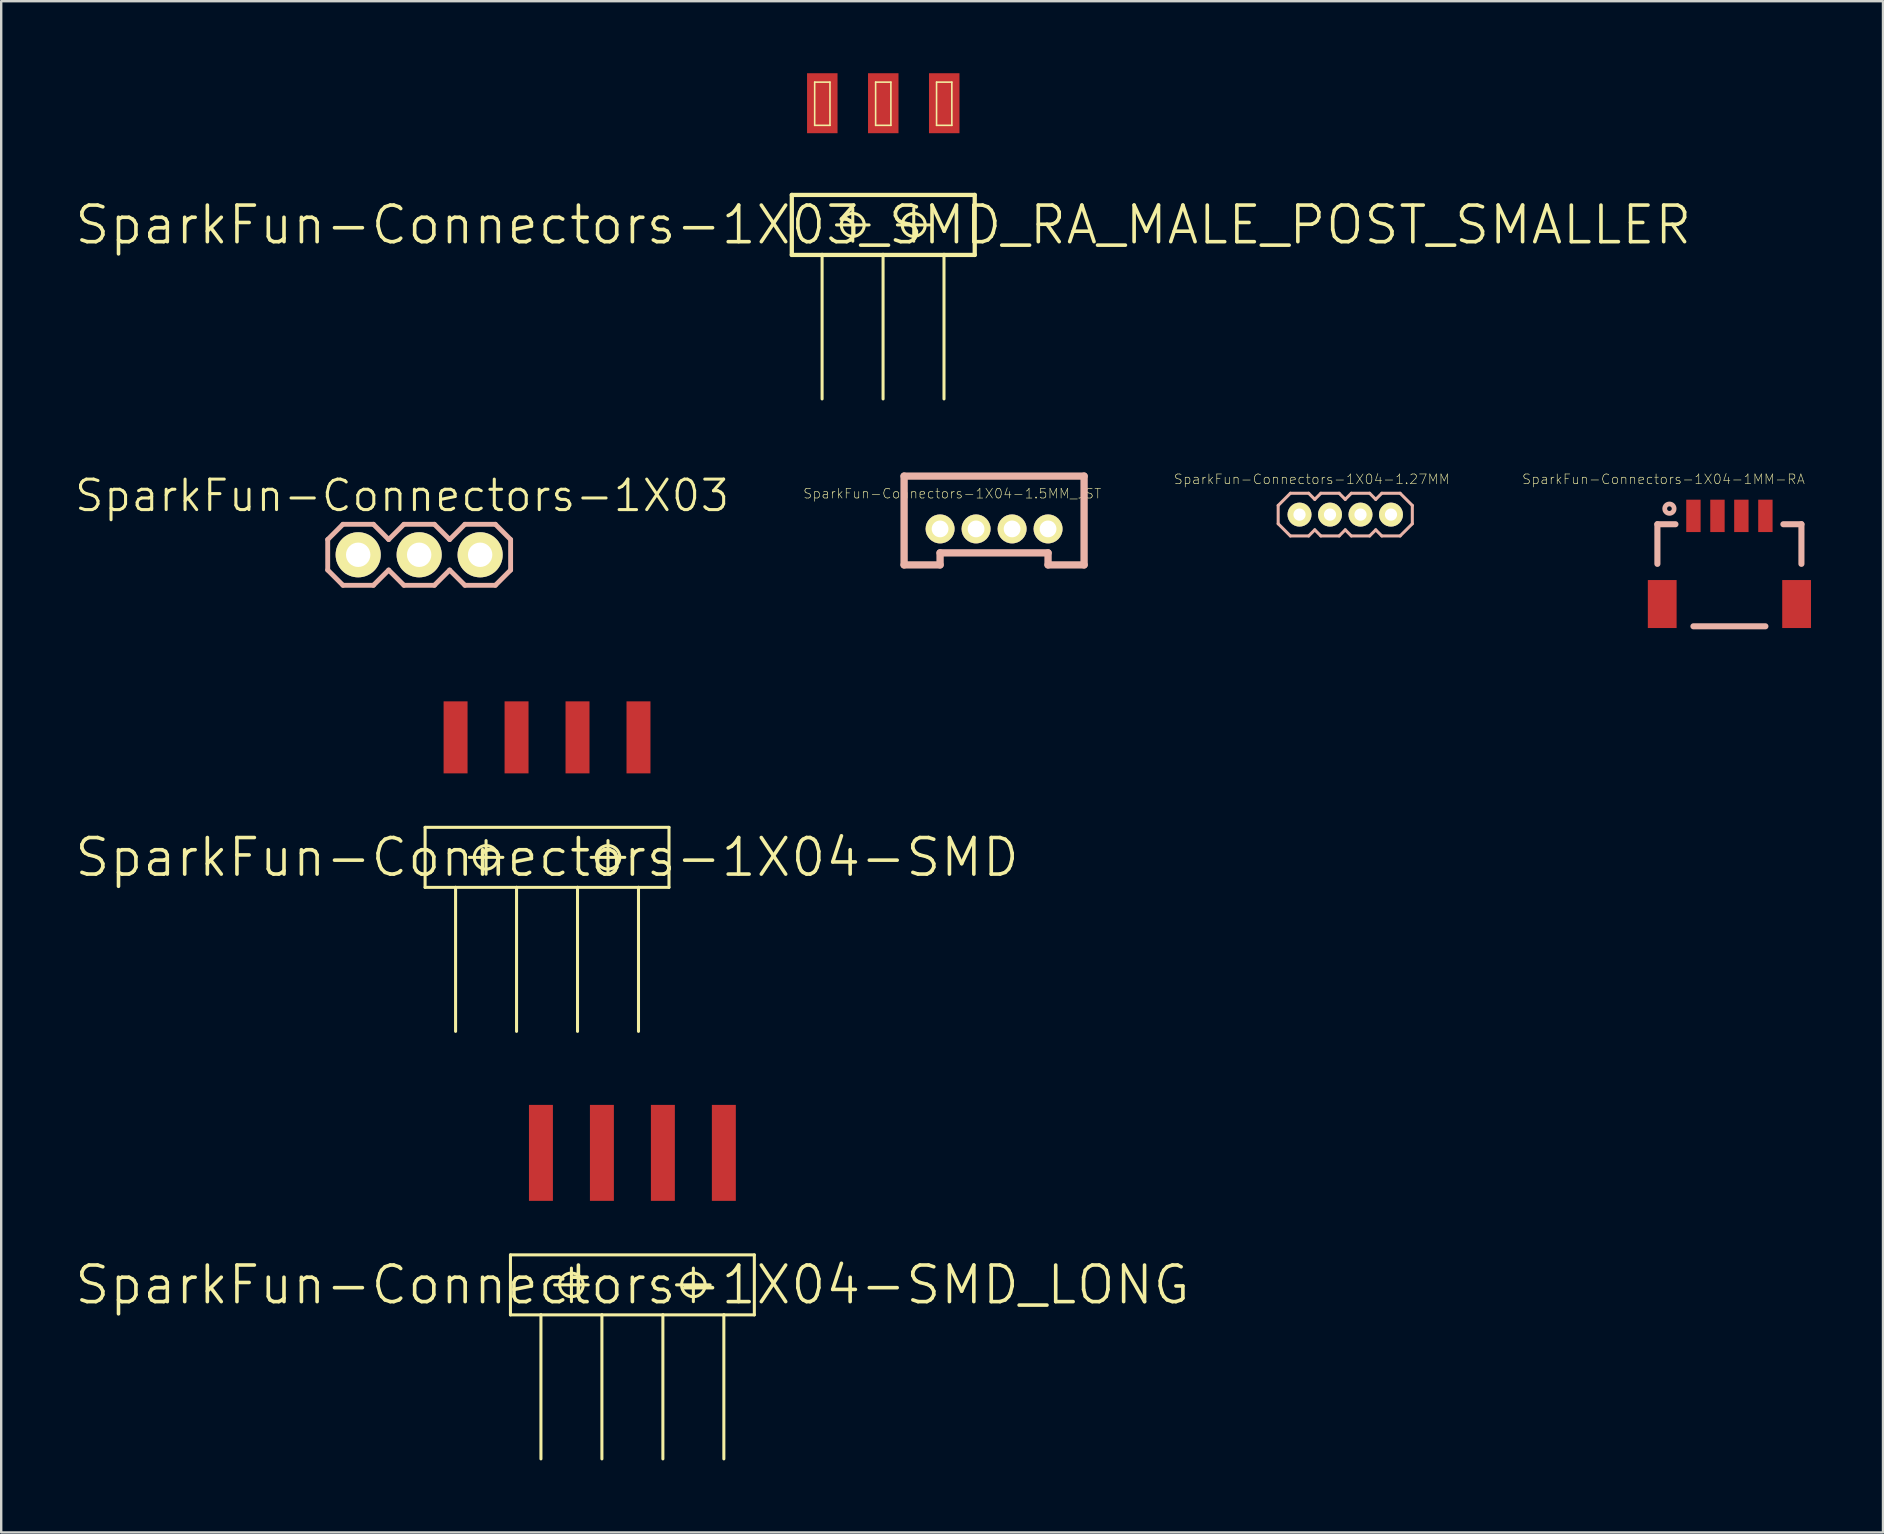
<source format=kicad_pcb>
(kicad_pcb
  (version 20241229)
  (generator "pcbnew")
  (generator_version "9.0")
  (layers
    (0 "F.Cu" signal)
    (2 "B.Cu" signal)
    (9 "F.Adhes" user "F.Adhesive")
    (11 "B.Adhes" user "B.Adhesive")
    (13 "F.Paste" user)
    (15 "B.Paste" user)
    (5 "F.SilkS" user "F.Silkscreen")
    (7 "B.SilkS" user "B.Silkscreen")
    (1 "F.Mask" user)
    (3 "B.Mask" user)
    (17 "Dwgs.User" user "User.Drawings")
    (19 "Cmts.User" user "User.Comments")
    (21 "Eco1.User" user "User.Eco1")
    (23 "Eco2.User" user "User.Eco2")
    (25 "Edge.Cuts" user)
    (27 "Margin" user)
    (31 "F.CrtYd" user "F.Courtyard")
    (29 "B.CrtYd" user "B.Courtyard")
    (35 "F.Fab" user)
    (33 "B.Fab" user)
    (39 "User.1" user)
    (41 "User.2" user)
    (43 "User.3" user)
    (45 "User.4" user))
  (footprint "SparkFun-Connectors-1X04-SMD"
    (layer "F.Cu")
    (at 19.739 32.667)
    (property "Reference" "SparkFun-Connectors-1X04-SMD" (at 0 0 0) (layer "F.SilkS") (effects (font (size 1.524 1.524) (thickness 0.15))))
    (attr smd)
    (fp_line (start -5.08 -1.25) (end -5.08 1.25) (stroke (width 0.127) (type solid)) (layer "F.SilkS"))
    (fp_line (start -5.08 1.25) (end -3.81 1.25) (stroke (width 0.127) (type solid)) (layer "F.SilkS"))
    (fp_line (start -3.81 1.25) (end -3.81 7.249) (stroke (width 0.127) (type solid)) (layer "F.SilkS"))
    (fp_line (start -3.81 1.25) (end -1.27 1.25) (stroke (width 0.127) (type solid)) (layer "F.SilkS"))
    (fp_line (start -3.239 0) (end -1.839 0) (stroke (width 0.127) (type solid)) (layer "F.SilkS"))
    (fp_line (start -2.54 0.699) (end -2.54 -0.699) (stroke (width 0.127) (type solid)) (layer "F.SilkS"))
    (fp_line (start -1.27 1.25) (end -1.27 7.249) (stroke (width 0.127) (type solid)) (layer "F.SilkS"))
    (fp_line (start -1.27 1.25) (end 1.27 1.25) (stroke (width 0.127) (type solid)) (layer "F.SilkS"))
    (fp_line (start 1.27 1.25) (end 1.27 7.249) (stroke (width 0.127) (type solid)) (layer "F.SilkS"))
    (fp_line (start 1.27 1.25) (end 3.81 1.25) (stroke (width 0.127) (type solid)) (layer "F.SilkS"))
    (fp_line (start 1.839 0) (end 3.239 0) (stroke (width 0.127) (type solid)) (layer "F.SilkS"))
    (fp_line (start 2.54 0.699) (end 2.54 -0.699) (stroke (width 0.127) (type solid)) (layer "F.SilkS"))
    (fp_line (start 3.81 1.25) (end 3.81 7.249) (stroke (width 0.127) (type solid)) (layer "F.SilkS"))
    (fp_line (start 3.81 1.25) (end 5.08 1.25) (stroke (width 0.127) (type solid)) (layer "F.SilkS"))
    (fp_line (start 5.08 -1.25) (end -5.08 -1.25) (stroke (width 0.127) (type solid)) (layer "F.SilkS"))
    (fp_line (start 5.08 1.25) (end 5.08 -1.25) (stroke (width 0.127) (type solid)) (layer "F.SilkS"))
    (fp_circle (center -2.54 0) (end -2.888 0.348) (stroke (width 0.127) (type solid)) (fill no) (layer "F.SilkS"))
    (fp_circle (center 2.54 0) (end 2.888 0.348) (stroke (width 0.127) (type solid)) (fill no) (layer "F.SilkS"))
    (pad "1" smd rect (at -3.81 -4.999 90) (size 3 0.998) (layers "F.Cu" "F.Mask" "F.Paste"))
    (pad "2" smd rect (at -1.27 -4.999 90) (size 3 0.998) (layers "F.Cu" "F.Mask" "F.Paste"))
    (pad "3" smd rect (at 1.27 -4.999 90) (size 3 0.998) (layers "F.Cu" "F.Mask" "F.Paste"))
    (pad "4" smd rect (at 3.81 -4.999 90) (size 3 0.998) (layers "F.Cu" "F.Mask" "F.Paste")))
  (footprint "SparkFun-Connectors-1X04-1.5MM_JST"
    (layer "F.Cu")
    (at 36.113 18.984)
    (property "Reference" "SparkFun-Connectors-1X04-1.5MM_JST" (at 0.508 -1.473 0) (layer "F.SilkS") (effects (font (size 0.406 0.406) (thickness 0.025))))
    (attr exclude_from_pos_files exclude_from_bom)
    (fp_line (start -1.499 -2.2) (end 5.999 -2.2) (stroke (width 0.305) (type solid)) (layer "B.SilkS"))
    (fp_line (start -1.499 1.499) (end -1.499 -2.2) (stroke (width 0.305) (type solid)) (layer "B.SilkS"))
    (fp_line (start 0 0.998) (end 0 1.499) (stroke (width 0.305) (type solid)) (layer "B.SilkS"))
    (fp_line (start 0 1.499) (end -1.499 1.499) (stroke (width 0.305) (type solid)) (layer "B.SilkS"))
    (fp_line (start 4.498 0.998) (end 0 0.998) (stroke (width 0.305) (type solid)) (layer "B.SilkS"))
    (fp_line (start 4.498 1.499) (end 4.498 0.998) (stroke (width 0.305) (type solid)) (layer "B.SilkS"))
    (fp_line (start 5.999 -2.2) (end 5.999 1.499) (stroke (width 0.305) (type solid)) (layer "B.SilkS"))
    (fp_line (start 5.999 1.499) (end 4.498 1.499) (stroke (width 0.305) (type solid)) (layer "B.SilkS"))
    (pad "1" thru_hole circle (at 0 0) (size 1.206 1.206) (drill 0.699) (layers "*.Cu" "F.Mask" "F.SilkS" "F.Paste"))
    (pad "2" thru_hole circle (at 1.499 0) (size 1.206 1.206) (drill 0.699) (layers "*.Cu" "F.Mask" "F.SilkS" "F.Paste"))
    (pad "3" thru_hole circle (at 3 0) (size 1.206 1.206) (drill 0.699) (layers "*.Cu" "F.Mask" "F.SilkS" "F.Paste"))
    (pad "4" thru_hole circle (at 4.498 0) (size 1.206 1.206) (drill 0.699) (layers "*.Cu" "F.Mask" "F.SilkS" "F.Paste")))
  (footprint "SparkFun-Connectors-1X04-SMD_LONG"
    (layer "F.Cu")
    (at 23.295 50.477)
    (property "Reference" "SparkFun-Connectors-1X04-SMD_LONG" (at 0 0 0) (layer "F.SilkS") (effects (font (size 1.524 1.524) (thickness 0.15))))
    (attr smd)
    (fp_line (start -5.08 -1.25) (end -5.08 1.25) (stroke (width 0.127) (type solid)) (layer "F.SilkS"))
    (fp_line (start -5.08 1.25) (end -3.81 1.25) (stroke (width 0.127) (type solid)) (layer "F.SilkS"))
    (fp_line (start -3.81 1.25) (end -3.81 7.249) (stroke (width 0.127) (type solid)) (layer "F.SilkS"))
    (fp_line (start -3.81 1.25) (end -1.27 1.25) (stroke (width 0.127) (type solid)) (layer "F.SilkS"))
    (fp_line (start -3.239 0) (end -1.839 0) (stroke (width 0.127) (type solid)) (layer "F.SilkS"))
    (fp_line (start -2.54 0.699) (end -2.54 -0.699) (stroke (width 0.127) (type solid)) (layer "F.SilkS"))
    (fp_line (start -1.27 1.25) (end -1.27 7.249) (stroke (width 0.127) (type solid)) (layer "F.SilkS"))
    (fp_line (start -1.27 1.25) (end 1.27 1.25) (stroke (width 0.127) (type solid)) (layer "F.SilkS"))
    (fp_line (start 1.27 1.25) (end 1.27 7.249) (stroke (width 0.127) (type solid)) (layer "F.SilkS"))
    (fp_line (start 1.27 1.25) (end 3.81 1.25) (stroke (width 0.127) (type solid)) (layer "F.SilkS"))
    (fp_line (start 1.839 0) (end 3.239 0) (stroke (width 0.127) (type solid)) (layer "F.SilkS"))
    (fp_line (start 2.54 0.699) (end 2.54 -0.699) (stroke (width 0.127) (type solid)) (layer "F.SilkS"))
    (fp_line (start 3.81 1.25) (end 3.81 7.249) (stroke (width 0.127) (type solid)) (layer "F.SilkS"))
    (fp_line (start 3.81 1.25) (end 5.08 1.25) (stroke (width 0.127) (type solid)) (layer "F.SilkS"))
    (fp_line (start 5.08 -1.25) (end -5.08 -1.25) (stroke (width 0.127) (type solid)) (layer "F.SilkS"))
    (fp_line (start 5.08 1.25) (end 5.08 -1.25) (stroke (width 0.127) (type solid)) (layer "F.SilkS"))
    (fp_circle (center -2.54 0) (end -2.888 0.348) (stroke (width 0.127) (type solid)) (fill no) (layer "F.SilkS"))
    (fp_circle (center 2.54 0) (end 2.888 0.348) (stroke (width 0.127) (type solid)) (fill no) (layer "F.SilkS"))
    (pad "1" smd rect (at -3.81 -5.499 90) (size 3.998 0.998) (layers "F.Cu" "F.Mask" "F.Paste"))
    (pad "2" smd rect (at -1.27 -5.499 90) (size 3.998 0.998) (layers "F.Cu" "F.Mask" "F.Paste"))
    (pad "3" smd rect (at 1.27 -5.499 90) (size 3.998 0.998) (layers "F.Cu" "F.Mask" "F.Paste"))
    (pad "4" smd rect (at 3.81 -5.499 90) (size 3.998 0.998) (layers "F.Cu" "F.Mask" "F.Paste")))
  (footprint "SparkFun-Connectors-1X03_SMD_RA_MALE_POST_SMALLER"
    (layer "F.Cu")
    (at 33.746 6.32)
    (property "Reference" "SparkFun-Connectors-1X03_SMD_RA_MALE_POST_SMALLER" (at 0 0 0) (layer "F.SilkS") (effects (font (size 1.524 1.524) (thickness 0.15))))
    (attr smd)
    (fp_line (start -3.81 -1.25) (end -3.81 1.25) (stroke (width 0.178) (type solid)) (layer "F.SilkS"))
    (fp_line (start -2.857 -5.949) (end -2.22 -5.949) (stroke (width 0.066) (type solid)) (layer "F.SilkS"))
    (fp_line (start -2.857 -4.148) (end -2.857 -5.949) (stroke (width 0.066) (type solid)) (layer "F.SilkS"))
    (fp_line (start -2.857 -4.148) (end -2.22 -4.148) (stroke (width 0.066) (type solid)) (layer "F.SilkS"))
    (fp_line (start -2.548 1.25) (end -3.81 1.25) (stroke (width 0.178) (type solid)) (layer "F.SilkS"))
    (fp_line (start -2.548 1.25) (end -2.548 7.249) (stroke (width 0.127) (type solid)) (layer "F.SilkS"))
    (fp_line (start -2.22 -4.148) (end -2.22 -5.949) (stroke (width 0.066) (type solid)) (layer "F.SilkS"))
    (fp_line (start -1.948 0) (end -0.589 0) (stroke (width 0.127) (type solid)) (layer "F.SilkS"))
    (fp_line (start -1.27 0.678) (end -1.27 -0.678) (stroke (width 0.127) (type solid)) (layer "F.SilkS"))
    (fp_line (start -0.318 -5.949) (end 0.318 -5.949) (stroke (width 0.066) (type solid)) (layer "F.SilkS"))
    (fp_line (start -0.318 -4.148) (end -0.318 -5.949) (stroke (width 0.066) (type solid)) (layer "F.SilkS"))
    (fp_line (start -0.318 -4.148) (end 0.318 -4.148) (stroke (width 0.066) (type solid)) (layer "F.SilkS"))
    (fp_line (start -0.008 1.25) (end -2.548 1.25) (stroke (width 0.178) (type solid)) (layer "F.SilkS"))
    (fp_line (start -0.008 1.25) (end -0.008 7.249) (stroke (width 0.127) (type solid)) (layer "F.SilkS"))
    (fp_line (start 0.318 -4.148) (end 0.318 -5.949) (stroke (width 0.066) (type solid)) (layer "F.SilkS"))
    (fp_line (start 0.589 0) (end 1.948 0) (stroke (width 0.127) (type solid)) (layer "F.SilkS"))
    (fp_line (start 1.27 0.678) (end 1.27 -0.678) (stroke (width 0.127) (type solid)) (layer "F.SilkS"))
    (fp_line (start 2.22 -5.949) (end 2.857 -5.949) (stroke (width 0.066) (type solid)) (layer "F.SilkS"))
    (fp_line (start 2.22 -4.148) (end 2.22 -5.949) (stroke (width 0.066) (type solid)) (layer "F.SilkS"))
    (fp_line (start 2.22 -4.148) (end 2.857 -4.148) (stroke (width 0.066) (type solid)) (layer "F.SilkS"))
    (fp_line (start 2.53 1.25) (end -0.008 1.25) (stroke (width 0.178) (type solid)) (layer "F.SilkS"))
    (fp_line (start 2.53 1.25) (end 2.53 7.249) (stroke (width 0.127) (type solid)) (layer "F.SilkS"))
    (fp_line (start 2.857 -4.148) (end 2.857 -5.949) (stroke (width 0.066) (type solid)) (layer "F.SilkS"))
    (fp_line (start 3.81 -1.25) (end -3.81 -1.25) (stroke (width 0.178) (type solid)) (layer "F.SilkS"))
    (fp_line (start 3.81 1.25) (end 2.53 1.25) (stroke (width 0.178) (type solid)) (layer "F.SilkS"))
    (fp_line (start 3.81 1.25) (end 3.81 -1.25) (stroke (width 0.178) (type solid)) (layer "F.SilkS"))
    (fp_circle (center -1.27 0) (end -1.608 0.338) (stroke (width 0.127) (type solid)) (fill no) (layer "F.SilkS"))
    (fp_circle (center 1.27 0) (end 1.608 0.338) (stroke (width 0.127) (type solid)) (fill no) (layer "F.SilkS"))
    (pad "1" smd rect (at -2.54 -5.07 90) (size 2.499 1.27) (layers "F.Cu" "F.Mask" "F.Paste"))
    (pad "2" smd rect (at 0 -5.07 90) (size 2.499 1.27) (layers "F.Cu" "F.Mask" "F.Paste"))
    (pad "3" smd rect (at 2.54 -5.07 90) (size 2.499 1.27) (layers "F.Cu" "F.Mask" "F.Paste")))
  (footprint "SparkFun-Connectors-1X03"
    (layer "F.Cu")
    (at 11.872 20.062)
    (property "Reference" "SparkFun-Connectors-1X03" (at 1.829 -2.464 0) (layer "F.SilkS") (effects (font (size 1.27 1.27) (thickness 0.127))))
    (attr exclude_from_pos_files exclude_from_bom)
    (fp_line (start -0.254 -0.254) (end 0.254 -0.254) (stroke (width 0.066) (type solid)) (layer "F.SilkS"))
    (fp_line (start -0.254 0.254) (end -0.254 -0.254) (stroke (width 0.066) (type solid)) (layer "F.SilkS"))
    (fp_line (start -0.254 0.254) (end 0.254 0.254) (stroke (width 0.066) (type solid)) (layer "F.SilkS"))
    (fp_line (start 0.254 0.254) (end 0.254 -0.254) (stroke (width 0.066) (type solid)) (layer "F.SilkS"))
    (fp_line (start 2.286 -0.254) (end 2.794 -0.254) (stroke (width 0.066) (type solid)) (layer "F.SilkS"))
    (fp_line (start 2.286 0.254) (end 2.286 -0.254) (stroke (width 0.066) (type solid)) (layer "F.SilkS"))
    (fp_line (start 2.286 0.254) (end 2.794 0.254) (stroke (width 0.066) (type solid)) (layer "F.SilkS"))
    (fp_line (start 2.794 0.254) (end 2.794 -0.254) (stroke (width 0.066) (type solid)) (layer "F.SilkS"))
    (fp_line (start 4.826 -0.254) (end 5.334 -0.254) (stroke (width 0.066) (type solid)) (layer "F.SilkS"))
    (fp_line (start 4.826 0.254) (end 4.826 -0.254) (stroke (width 0.066) (type solid)) (layer "F.SilkS"))
    (fp_line (start 4.826 0.254) (end 5.334 0.254) (stroke (width 0.066) (type solid)) (layer "F.SilkS"))
    (fp_line (start 5.334 0.254) (end 5.334 -0.254) (stroke (width 0.066) (type solid)) (layer "F.SilkS"))
    (fp_line (start -1.27 -0.635) (end -1.27 0.635) (stroke (width 0.203) (type solid)) (layer "B.SilkS"))
    (fp_line (start -1.27 0.635) (end -0.635 1.27) (stroke (width 0.203) (type solid)) (layer "B.SilkS"))
    (fp_line (start -0.635 -1.27) (end -1.27 -0.635) (stroke (width 0.203) (type solid)) (layer "B.SilkS"))
    (fp_line (start -0.635 -1.27) (end 0.635 -1.27) (stroke (width 0.203) (type solid)) (layer "B.SilkS"))
    (fp_line (start 0.635 -1.27) (end 1.27 -0.635) (stroke (width 0.203) (type solid)) (layer "B.SilkS"))
    (fp_line (start 0.635 1.27) (end -0.635 1.27) (stroke (width 0.203) (type solid)) (layer "B.SilkS"))
    (fp_line (start 1.27 -0.635) (end 1.905 -1.27) (stroke (width 0.203) (type solid)) (layer "B.SilkS"))
    (fp_line (start 1.27 0.635) (end 0.635 1.27) (stroke (width 0.203) (type solid)) (layer "B.SilkS"))
    (fp_line (start 1.905 -1.27) (end 3.175 -1.27) (stroke (width 0.203) (type solid)) (layer "B.SilkS"))
    (fp_line (start 1.905 1.27) (end 1.27 0.635) (stroke (width 0.203) (type solid)) (layer "B.SilkS"))
    (fp_line (start 3.175 -1.27) (end 3.81 -0.635) (stroke (width 0.203) (type solid)) (layer "B.SilkS"))
    (fp_line (start 3.175 1.27) (end 1.905 1.27) (stroke (width 0.203) (type solid)) (layer "B.SilkS"))
    (fp_line (start 3.81 -0.635) (end 4.445 -1.27) (stroke (width 0.203) (type solid)) (layer "B.SilkS"))
    (fp_line (start 3.81 0.635) (end 3.175 1.27) (stroke (width 0.203) (type solid)) (layer "B.SilkS"))
    (fp_line (start 4.445 -1.27) (end 5.715 -1.27) (stroke (width 0.203) (type solid)) (layer "B.SilkS"))
    (fp_line (start 4.445 1.27) (end 3.81 0.635) (stroke (width 0.203) (type solid)) (layer "B.SilkS"))
    (fp_line (start 5.715 -1.27) (end 6.35 -0.635) (stroke (width 0.203) (type solid)) (layer "B.SilkS"))
    (fp_line (start 5.715 1.27) (end 4.445 1.27) (stroke (width 0.203) (type solid)) (layer "B.SilkS"))
    (fp_line (start 6.35 -0.635) (end 6.35 0.635) (stroke (width 0.203) (type solid)) (layer "B.SilkS"))
    (fp_line (start 6.35 0.635) (end 5.715 1.27) (stroke (width 0.203) (type solid)) (layer "B.SilkS"))
    (pad "1" thru_hole circle (at 0 0) (size 1.88 1.88) (drill 1.016) (layers "*.Cu" "F.Mask" "F.SilkS" "F.Paste"))
    (pad "2" thru_hole circle (at 2.54 0) (size 1.88 1.88) (drill 1.016) (layers "*.Cu" "F.Mask" "F.SilkS" "F.Paste"))
    (pad "3" thru_hole circle (at 5.08 0) (size 1.88 1.88) (drill 1.016) (layers "*.Cu" "F.Mask" "F.SilkS" "F.Paste")))
  (footprint "SparkFun-Connectors-1X04-1MM-RA"
    (layer "F.Cu")
    (at 68.996 18.441)
    (property "Reference" "SparkFun-Connectors-1X04-1MM-RA" (at -2.746 -1.527 180) (layer "F.SilkS") (effects (font (size 0.406 0.406) (thickness 0.025))))
    (attr smd)
    (fp_line (start -3 0.348) (end -2.248 0.348) (stroke (width 0.254) (type solid)) (layer "B.SilkS"))
    (fp_line (start -3 1.999) (end -3 0.348) (stroke (width 0.254) (type solid)) (layer "B.SilkS"))
    (fp_line (start -1.499 4.6) (end 1.499 4.6) (stroke (width 0.254) (type solid)) (layer "B.SilkS"))
    (fp_line (start 2.248 0.348) (end 3 0.348) (stroke (width 0.254) (type solid)) (layer "B.SilkS"))
    (fp_line (start 3 0.348) (end 3 1.999) (stroke (width 0.254) (type solid)) (layer "B.SilkS"))
    (fp_circle (center -2.499 -0.3) (end -2.568 -0.368) (stroke (width 0.198) (type solid)) (fill no) (layer "B.SilkS"))
    (pad "1" smd rect (at -1.499 0) (size 0.599 1.349) (layers "F.Cu" "F.Mask" "F.Paste"))
    (pad "2" smd rect (at -0.498 0) (size 0.599 1.349) (layers "F.Cu" "F.Mask" "F.Paste"))
    (pad "3" smd rect (at 0.498 0) (size 0.599 1.349) (layers "F.Cu" "F.Mask" "F.Paste"))
    (pad "4" smd rect (at 1.499 0) (size 0.599 1.349) (layers "F.Cu" "F.Mask" "F.Paste"))
    (pad "NC1" smd rect (at 2.799 3.673) (size 1.199 1.999) (layers "F.Cu" "F.Mask" "F.Paste"))
    (pad "NC2" smd rect (at -2.799 3.673) (size 1.199 1.999) (layers "F.Cu" "F.Mask" "F.Paste")))
  (footprint "SparkFun-Connectors-1X04-1.27MM"
    (layer "F.Cu")
    (at 51.087 18.388)
    (property "Reference" "SparkFun-Connectors-1X04-1.27MM" (at 0.508 -1.473 0) (layer "F.SilkS") (effects (font (size 0.406 0.406) (thickness 0.025))))
    (attr exclude_from_pos_files exclude_from_bom)
    (fp_line (start -0.889 -0.381) (end -0.889 0.381) (stroke (width 0.127) (type solid)) (layer "B.SilkS"))
    (fp_line (start -0.889 0.381) (end -0.381 0.889) (stroke (width 0.127) (type solid)) (layer "B.SilkS"))
    (fp_line (start -0.381 -0.889) (end -0.889 -0.381) (stroke (width 0.127) (type solid)) (layer "B.SilkS"))
    (fp_line (start -0.381 0.889) (end 0.381 0.889) (stroke (width 0.127) (type solid)) (layer "B.SilkS"))
    (fp_line (start 0.381 -0.889) (end -0.381 -0.889) (stroke (width 0.127) (type solid)) (layer "B.SilkS"))
    (fp_line (start 0.381 0.889) (end 0.635 0.635) (stroke (width 0.127) (type solid)) (layer "B.SilkS"))
    (fp_line (start 0.635 -0.635) (end 0.381 -0.889) (stroke (width 0.127) (type solid)) (layer "B.SilkS"))
    (fp_line (start 0.635 0.635) (end 0.889 0.889) (stroke (width 0.127) (type solid)) (layer "B.SilkS"))
    (fp_line (start 0.889 -0.889) (end 0.635 -0.635) (stroke (width 0.127) (type solid)) (layer "B.SilkS"))
    (fp_line (start 0.889 0.889) (end 1.651 0.889) (stroke (width 0.127) (type solid)) (layer "B.SilkS"))
    (fp_line (start 1.651 -0.889) (end 0.889 -0.889) (stroke (width 0.127) (type solid)) (layer "B.SilkS"))
    (fp_line (start 1.651 0.889) (end 1.905 0.635) (stroke (width 0.127) (type solid)) (layer "B.SilkS"))
    (fp_line (start 1.905 -0.635) (end 1.651 -0.889) (stroke (width 0.127) (type solid)) (layer "B.SilkS"))
    (fp_line (start 1.905 0.635) (end 2.159 0.889) (stroke (width 0.127) (type solid)) (layer "B.SilkS"))
    (fp_line (start 2.159 -0.889) (end 1.905 -0.635) (stroke (width 0.127) (type solid)) (layer "B.SilkS"))
    (fp_line (start 2.159 0.889) (end 2.921 0.889) (stroke (width 0.127) (type solid)) (layer "B.SilkS"))
    (fp_line (start 2.921 -0.889) (end 2.159 -0.889) (stroke (width 0.127) (type solid)) (layer "B.SilkS"))
    (fp_line (start 2.921 0.889) (end 3.175 0.635) (stroke (width 0.127) (type solid)) (layer "B.SilkS"))
    (fp_line (start 3.175 -0.635) (end 2.921 -0.889) (stroke (width 0.127) (type solid)) (layer "B.SilkS"))
    (fp_line (start 3.175 0.635) (end 3.429 0.889) (stroke (width 0.127) (type solid)) (layer "B.SilkS"))
    (fp_line (start 3.429 -0.889) (end 3.175 -0.635) (stroke (width 0.127) (type solid)) (layer "B.SilkS"))
    (fp_line (start 3.429 0.889) (end 4.191 0.889) (stroke (width 0.127) (type solid)) (layer "B.SilkS"))
    (fp_line (start 4.191 -0.889) (end 3.429 -0.889) (stroke (width 0.127) (type solid)) (layer "B.SilkS"))
    (fp_line (start 4.191 -0.889) (end 4.699 -0.381) (stroke (width 0.127) (type solid)) (layer "B.SilkS"))
    (fp_line (start 4.699 -0.381) (end 4.699 0.381) (stroke (width 0.127) (type solid)) (layer "B.SilkS"))
    (fp_line (start 4.699 0.381) (end 4.191 0.889) (stroke (width 0.127) (type solid)) (layer "B.SilkS"))
    (pad "1" thru_hole circle (at 0 0) (size 0.998 0.998) (drill 0.508) (layers "*.Cu" "F.Mask" "F.SilkS" "F.Paste"))
    (pad "2" thru_hole circle (at 1.27 0) (size 0.998 0.998) (drill 0.508) (layers "*.Cu" "F.Mask" "F.SilkS" "F.Paste"))
    (pad "3" thru_hole circle (at 2.54 0) (size 0.998 0.998) (drill 0.508) (layers "*.Cu" "F.Mask" "F.SilkS" "F.Paste"))
    (pad "4" thru_hole circle (at 3.81 0) (size 0.998 0.998) (drill 0.508) (layers "*.Cu" "F.Mask" "F.SilkS" "F.Paste")))
  (gr_rect
    (start -3 -3)
    (end 75.394 60.79)
    (stroke (width 0.1) (type default))
    (fill no)
    (layer "Edge.Cuts")))
</source>
